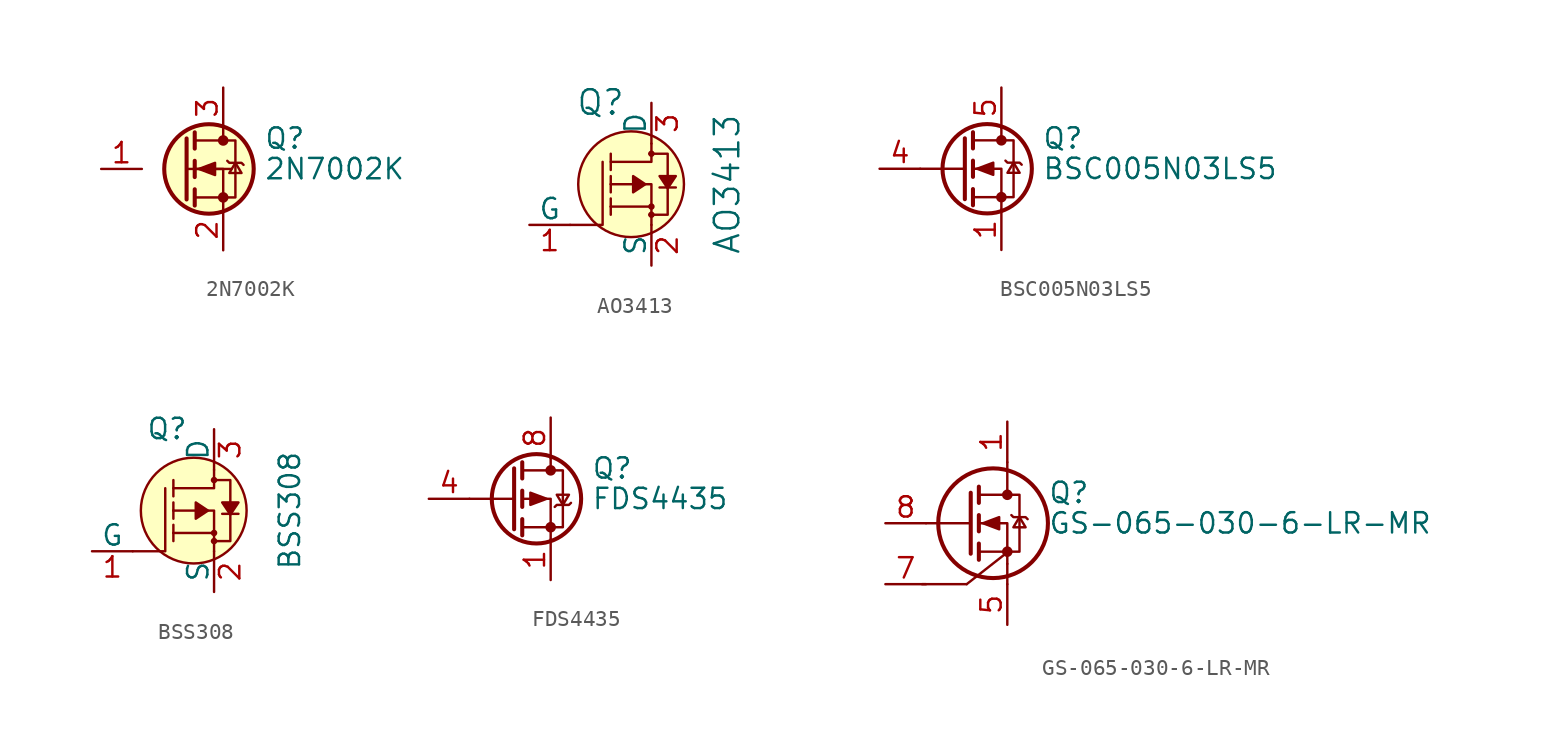
<source format=kicad_sym>
(kicad_symbol_lib
  (version 20231120)
  (generator "kicad_symbol_editor")
  (generator_version "8.0")
  (symbol "2N7002K"
    (pin_names hide)
    (property "Reference" "Q"
      (at 5.08 1.905 0)
      (effects (font (size 1.27 1.27)) (justify left)))
    (property "Value" "2N7002K"
      (at 5.08 0 0)
      (effects (font (size 1.27 1.27)) (justify left)))
    (symbol "2N7002K_0_1"
      (polyline (pts (xy 0.254 0) (xy 3.048 0)) (stroke (width 0) (type default)) (fill (type none)))
      (polyline (pts (xy 0.254 1.905) (xy 0.254 -1.905)) (stroke (width 0.254) (type default)) (fill (type none)))
      (polyline (pts (xy 0.762 -1.27) (xy 0.762 -2.286)) (stroke (width 0.254) (type default)) (fill (type none)))
      (polyline (pts (xy 0.762 0.508) (xy 0.762 -0.508)) (stroke (width 0.254) (type default)) (fill (type none)))
      (polyline (pts (xy 0.762 2.286) (xy 0.762 1.27)) (stroke (width 0.254) (type default)) (fill (type none)))
      (polyline (pts (xy 2.54 2.54) (xy 2.54 1.778)) (stroke (width 0) (type default)) (fill (type none)))
      (polyline (pts (xy 2.54 -2.54) (xy 2.54 0) (xy 0.762 0)) (stroke (width 0) (type default)) (fill (type none)))
      (polyline (pts (xy 0.762 -1.778) (xy 3.302 -1.778) (xy 3.302 1.778) (xy 0.762 1.778)) (stroke (width 0) (type default)) (fill (type none)))
      (polyline (pts (xy 1.016 0) (xy 2.032 0.381) (xy 2.032 -0.381) (xy 1.016 0)) (stroke (width 0) (type default)) (fill (type outline)))
      (polyline (pts (xy 2.794 0.508) (xy 2.921 0.381) (xy 3.683 0.381) (xy 3.81 0.254)) (stroke (width 0) (type default)) (fill (type none)))
      (polyline (pts (xy 3.302 0.381) (xy 2.921 -0.254) (xy 3.683 -0.254) (xy 3.302 0.381)) (stroke (width 0) (type default)) (fill (type none)))
      (circle (center 2.54 -1.778) (radius 0.254) (stroke (width 0) (type default)) (fill (type outline)))
      (circle (center 2.54 1.778) (radius 0.254) (stroke (width 0) (type default)) (fill (type outline))))
    (symbol "2N7002K_1_1"
      (circle (center 1.651 0) (radius 2.794) (stroke (width 0.254) (type default)) (fill (type background)))
      (pin input line (at -5.08 0 0) (length 2.54) (name "G" (effects (font (size 1.27 1.27)))) (number "1" (effects (font (size 1.27 1.27)))))
      (pin passive line (at 2.54 -5.08 90) (length 2.54) (name "S" (effects (font (size 1.27 1.27)))) (number "2" (effects (font (size 1.27 1.27)))))
      (pin passive line (at 2.54 5.08 270) (length 2.54) (name "D" (effects (font (size 1.27 1.27)))) (number "3" (effects (font (size 1.27 1.27)))))))
  (symbol "AO3413"
    (pin_names
      (offset 0))
    (property "Reference" "Q"
      (at -1.626 5.105 0)
      (effects (font (size 1.524 1.524)) (justify right)))
    (property "Value" "AO3413"
      (at 4.724 0 90)
      (effects (font (size 1.524 1.524))))
    (symbol "AO3413_0_1"
      (circle (center -1.27 0) (radius 3.302) (stroke (width 0) (type default)) (fill (type background)))
      (circle (center 0 -1.905) (radius 0.127) (stroke (width 0) (type default)) (fill (type none)))
      (circle (center 0 -1.397) (radius 0.127) (stroke (width 0) (type default)) (fill (type none)))
      (polyline (pts (xy 0 -1.397) (xy -2.54 -1.397)) (stroke (width 0) (type default)) (fill (type none)))
      (polyline (pts (xy -5.08 -2.54) (xy -3.048 -2.54) (xy -3.048 1.397)) (stroke (width 0) (type default)) (fill (type none)))
      (polyline (pts (xy 0 -2.54) (xy 0 0) (xy -2.54 0)) (stroke (width 0) (type default)) (fill (type none)))
      (polyline (pts (xy 0 2.54) (xy 0 1.397) (xy -2.54 1.397)) (stroke (width 0) (type default)) (fill (type none)))
      (polyline (pts (xy -0.127 -1.905) (xy 1.016 -1.905) (xy 1.016 1.397) (xy 1.016 1.905) (xy -0.127 1.905)) (stroke (width 0) (type default)) (fill (type none)))
      (circle (center 0 1.905) (radius 0.127) (stroke (width 0) (type default)) (fill (type none))))
    (symbol "AO3413_1_1"
      (polyline (pts (xy -2.54 -1.397) (xy -2.54 -1.905)) (stroke (width 0) (type default)) (fill (type none)))
      (polyline (pts (xy -2.54 -1.397) (xy -2.54 -0.889)) (stroke (width 0) (type default)) (fill (type none)))
      (polyline (pts (xy -2.54 0) (xy -2.54 -0.508)) (stroke (width 0) (type default)) (fill (type none)))
      (polyline (pts (xy -2.54 0) (xy -2.54 0.508)) (stroke (width 0) (type default)) (fill (type none)))
      (polyline (pts (xy -2.54 1.905) (xy -2.54 0.889)) (stroke (width 0) (type default)) (fill (type none)))
      (polyline (pts (xy 1.524 -0.203) (xy 0.508 -0.203)) (stroke (width 0) (type default)) (fill (type none)))
      (polyline (pts (xy -0.381 0) (xy -1.143 0.508) (xy -1.143 -0.508) (xy -0.381 0)) (stroke (width 0) (type default)) (fill (type outline)))
      (polyline (pts (xy 1.016 -0.254) (xy 1.524 0.508) (xy 0.508 0.508) (xy 1.016 -0.254)) (stroke (width 0) (type default)) (fill (type outline)))
      (pin bidirectional line (at -7.62 -2.54 0) (length 2.54) (name "G" (effects (font (size 1.27 1.27)))) (number "1" (effects (font (size 1.27 1.27)))))
      (pin bidirectional line (at 0 -5.08 90) (length 2.54) (name "S" (effects (font (size 1.27 1.27)))) (number "2" (effects (font (size 1.27 1.27)))))
      (pin bidirectional line (at 0 5.08 270) (length 2.54) (name "D" (effects (font (size 1.27 1.27)))) (number "3" (effects (font (size 1.27 1.27)))))))
  (symbol "BSC005N03LS5"
    (pin_names hide)
    (property "Reference" "Q"
      (at 5.08 1.905 0)
      (effects (font (size 1.27 1.27)) (justify left)))
    (property "Value" "BSC005N03LS5"
      (at 5.08 0 0)
      (effects (font (size 1.27 1.27)) (justify left)))
    (symbol "BSC005N03LS5_0_1"
      (polyline (pts (xy 0.254 0) (xy -2.54 0)) (stroke (width 0) (type default)) (fill (type none)))
      (polyline (pts (xy 0.254 1.905) (xy 0.254 -1.905)) (stroke (width 0.254) (type default)) (fill (type none)))
      (polyline (pts (xy 0.762 -1.27) (xy 0.762 -2.286)) (stroke (width 0.254) (type default)) (fill (type none)))
      (polyline (pts (xy 0.762 0.508) (xy 0.762 -0.508)) (stroke (width 0.254) (type default)) (fill (type none)))
      (polyline (pts (xy 0.762 2.286) (xy 0.762 1.27)) (stroke (width 0.254) (type default)) (fill (type none)))
      (polyline (pts (xy 2.54 2.54) (xy 2.54 1.778)) (stroke (width 0) (type default)) (fill (type none)))
      (polyline (pts (xy 2.54 -2.54) (xy 2.54 0) (xy 0.762 0)) (stroke (width 0) (type default)) (fill (type none)))
      (polyline (pts (xy 0.762 -1.778) (xy 3.302 -1.778) (xy 3.302 1.778) (xy 0.762 1.778)) (stroke (width 0) (type default)) (fill (type none)))
      (polyline (pts (xy 1.016 0) (xy 2.032 0.381) (xy 2.032 -0.381) (xy 1.016 0)) (stroke (width 0) (type default)) (fill (type outline)))
      (polyline (pts (xy 2.794 0.508) (xy 2.921 0.381) (xy 3.683 0.381) (xy 3.81 0.254)) (stroke (width 0) (type default)) (fill (type none)))
      (polyline (pts (xy 3.302 0.381) (xy 2.921 -0.254) (xy 3.683 -0.254) (xy 3.302 0.381)) (stroke (width 0) (type default)) (fill (type none)))
      (circle (center 1.651 0) (radius 2.794) (stroke (width 0.254) (type default)) (fill (type none)))
      (circle (center 2.54 -1.778) (radius 0.254) (stroke (width 0) (type default)) (fill (type outline)))
      (circle (center 2.54 1.778) (radius 0.254) (stroke (width 0) (type default)) (fill (type outline))))
    (symbol "BSC005N03LS5_1_1"
      (pin passive line (at 2.54 -5.08 90) (length 2.54) (name "S" (effects (font (size 1.27 1.27)))) (number "1" (effects (font (size 1.27 1.27)))))
      (pin passive line (at 2.54 -5.08 90) (length 2.54) hide (name "S" (effects (font (size 1.27 1.27)))) (number "2" (effects (font (size 1.27 1.27)))))
      (pin passive line (at 2.54 -5.08 90) (length 2.54) hide (name "S" (effects (font (size 1.27 1.27)))) (number "3" (effects (font (size 1.27 1.27)))))
      (pin passive line (at -5.08 0 0) (length 2.54) (name "G" (effects (font (size 1.27 1.27)))) (number "4" (effects (font (size 1.27 1.27)))))
      (pin passive line (at 2.54 5.08 270) (length 2.54) (name "D" (effects (font (size 1.27 1.27)))) (number "5" (effects (font (size 1.27 1.27)))))))
  (symbol "BSS308"
    (pin_names
      (offset 0))
    (property "Reference" "Q"
      (at -1.626 5.105 0)
      (effects (font (size 1.27 1.27)) (justify right)))
    (property "Value" "BSS308"
      (at 4.724 0 90)
      (effects (font (size 1.27 1.27))))
    (symbol "BSS308_0_1"
      (circle (center -1.27 0) (radius 3.302) (stroke (width 0) (type default)) (fill (type background)))
      (circle (center 0 -1.905) (radius 0.127) (stroke (width 0) (type default)) (fill (type none)))
      (circle (center 0 -1.397) (radius 0.127) (stroke (width 0) (type default)) (fill (type none)))
      (polyline (pts (xy 0 -1.397) (xy -2.54 -1.397)) (stroke (width 0) (type default)) (fill (type none)))
      (polyline (pts (xy -5.08 -2.54) (xy -3.048 -2.54) (xy -3.048 1.397)) (stroke (width 0) (type default)) (fill (type none)))
      (polyline (pts (xy 0 -2.54) (xy 0 0) (xy -2.54 0)) (stroke (width 0) (type default)) (fill (type none)))
      (polyline (pts (xy 0 2.54) (xy 0 1.397) (xy -2.54 1.397)) (stroke (width 0) (type default)) (fill (type none)))
      (polyline (pts (xy -0.127 -1.905) (xy 1.016 -1.905) (xy 1.016 1.397) (xy 1.016 1.905) (xy -0.127 1.905)) (stroke (width 0) (type default)) (fill (type none)))
      (circle (center 0 1.905) (radius 0.127) (stroke (width 0) (type default)) (fill (type none))))
    (symbol "BSS308_1_1"
      (polyline (pts (xy -2.54 -1.397) (xy -2.54 -1.905)) (stroke (width 0) (type default)) (fill (type none)))
      (polyline (pts (xy -2.54 -1.397) (xy -2.54 -0.889)) (stroke (width 0) (type default)) (fill (type none)))
      (polyline (pts (xy -2.54 0) (xy -2.54 -0.508)) (stroke (width 0) (type default)) (fill (type none)))
      (polyline (pts (xy -2.54 0) (xy -2.54 0.508)) (stroke (width 0) (type default)) (fill (type none)))
      (polyline (pts (xy -2.54 1.905) (xy -2.54 0.889)) (stroke (width 0) (type default)) (fill (type none)))
      (polyline (pts (xy 1.524 -0.203) (xy 0.508 -0.203)) (stroke (width 0) (type default)) (fill (type none)))
      (polyline (pts (xy -0.381 0) (xy -1.143 0.508) (xy -1.143 -0.508) (xy -0.381 0)) (stroke (width 0) (type default)) (fill (type outline)))
      (polyline (pts (xy 1.016 -0.254) (xy 1.524 0.508) (xy 0.508 0.508) (xy 1.016 -0.254)) (stroke (width 0) (type default)) (fill (type outline)))
      (pin bidirectional line (at -7.62 -2.54 0) (length 2.54) (name "G" (effects (font (size 1.27 1.27)))) (number "1" (effects (font (size 1.27 1.27)))))
      (pin bidirectional line (at 0 -5.08 90) (length 2.54) (name "S" (effects (font (size 1.27 1.27)))) (number "2" (effects (font (size 1.27 1.27)))))
      (pin bidirectional line (at 0 5.08 270) (length 2.54) (name "D" (effects (font (size 1.27 1.27)))) (number "3" (effects (font (size 1.27 1.27)))))))
  (symbol "FDS4435"
    (pin_names hide)
    (property "Reference" "Q"
      (at 5.08 1.905 0)
      (effects (font (size 1.27 1.27)) (justify left)))
    (property "Value" "FDS4435"
      (at 5.08 0 0)
      (effects (font (size 1.27 1.27)) (justify left)))
    (symbol "FDS4435_0_1"
      (polyline (pts (xy 0.254 0) (xy -2.54 0)) (stroke (width 0) (type default)) (fill (type none)))
      (polyline (pts (xy 0.254 1.905) (xy 0.254 -1.905)) (stroke (width 0.254) (type default)) (fill (type none)))
      (polyline (pts (xy 0.762 -1.27) (xy 0.762 -2.286)) (stroke (width 0.254) (type default)) (fill (type none)))
      (polyline (pts (xy 0.762 0.508) (xy 0.762 -0.508)) (stroke (width 0.254) (type default)) (fill (type none)))
      (polyline (pts (xy 0.762 2.286) (xy 0.762 1.27)) (stroke (width 0.254) (type default)) (fill (type none)))
      (polyline (pts (xy 2.54 2.54) (xy 2.54 1.778)) (stroke (width 0) (type default)) (fill (type none)))
      (polyline (pts (xy 2.54 -2.54) (xy 2.54 0) (xy 0.762 0)) (stroke (width 0) (type default)) (fill (type none)))
      (polyline (pts (xy 0.762 1.778) (xy 3.302 1.778) (xy 3.302 -1.778) (xy 0.762 -1.778)) (stroke (width 0) (type default)) (fill (type none)))
      (polyline (pts (xy 2.286 0) (xy 1.27 0.381) (xy 1.27 -0.381) (xy 2.286 0)) (stroke (width 0) (type default)) (fill (type outline)))
      (polyline (pts (xy 2.794 -0.508) (xy 2.921 -0.381) (xy 3.683 -0.381) (xy 3.81 -0.254)) (stroke (width 0) (type default)) (fill (type none)))
      (polyline (pts (xy 3.302 -0.381) (xy 2.921 0.254) (xy 3.683 0.254) (xy 3.302 -0.381)) (stroke (width 0) (type default)) (fill (type none)))
      (circle (center 1.651 0) (radius 2.794) (stroke (width 0.254) (type default)) (fill (type none)))
      (circle (center 2.54 -1.778) (radius 0.254) (stroke (width 0) (type default)) (fill (type outline)))
      (circle (center 2.54 1.778) (radius 0.254) (stroke (width 0) (type default)) (fill (type outline))))
    (symbol "FDS4435_1_1"
      (pin passive line (at 2.54 -5.08 90) (length 2.54) (name "S" (effects (font (size 1.27 1.27)))) (number "1" (effects (font (size 1.27 1.27)))))
      (pin passive line (at 2.54 -5.08 90) (length 2.54) hide (name "S" (effects (font (size 1.27 1.27)))) (number "2" (effects (font (size 1.27 1.27)))))
      (pin passive line (at 2.54 -5.08 90) (length 2.54) hide (name "S" (effects (font (size 1.27 1.27)))) (number "3" (effects (font (size 1.27 1.27)))))
      (pin passive line (at -5.08 0 0) (length 2.54) (name "G" (effects (font (size 1.27 1.27)))) (number "4" (effects (font (size 1.27 1.27)))))
      (pin passive line (at 2.54 5.08 270) (length 2.54) hide (name "D" (effects (font (size 1.27 1.27)))) (number "5" (effects (font (size 1.27 1.27)))))
      (pin passive line (at 2.54 5.08 270) (length 2.54) hide (name "D" (effects (font (size 1.27 1.27)))) (number "6" (effects (font (size 1.27 1.27)))))
      (pin passive line (at 2.54 5.08 270) (length 2.54) hide (name "D" (effects (font (size 1.27 1.27)))) (number "7" (effects (font (size 1.27 1.27)))))
      (pin passive line (at 2.54 5.08 270) (length 2.54) (name "D" (effects (font (size 1.27 1.27)))) (number "8" (effects (font (size 1.27 1.27)))))))
  (symbol "GS-065-030-6-LR-MR"
    (pin_names hide)
    (property "Reference" "Q"
      (at 5.08 1.905 0)
      (effects (font (size 1.27 1.27)) (justify left)))
    (property "Value" "GS-065-030-6-LR-MR"
      (at 5.08 0 0)
      (effects (font (size 1.27 1.27)) (justify left)))
    (symbol "GS-065-030-6-LR-MR_0_0"
      (pin passive line (at 2.54 6.35 270) (length 2.54) (name "D" (effects (font (size 1.27 1.27)))) (number "1" (effects (font (size 1.27 1.27)))))
      (pin passive line (at 2.54 6.35 270) (length 2.54) hide (name "D" (effects (font (size 1.27 1.27)))) (number "2" (effects (font (size 1.27 1.27)))))
      (pin passive line (at 2.54 6.35 270) (length 2.54) hide (name "D" (effects (font (size 1.27 1.27)))) (number "3" (effects (font (size 1.27 1.27)))))
      (pin passive line (at 2.54 6.35 270) (length 2.54) hide (name "D" (effects (font (size 1.27 1.27)))) (number "4" (effects (font (size 1.27 1.27)))))
      (pin passive line (at -5.08 0 0) (length 2.54) (name "G" (effects (font (size 1.27 1.27)))) (number "8" (effects (font (size 1.27 1.27))))))
    (symbol "GS-065-030-6-LR-MR_0_1"
      (polyline (pts (xy 0 -3.81) (xy -2.794 -3.81)) (stroke (width 0) (type default)) (fill (type none)))
      (polyline (pts (xy 0 -3.81) (xy 2.547 -1.814)) (stroke (width 0) (type default)) (fill (type none)))
      (polyline (pts (xy 0.254 0) (xy -2.54 0)) (stroke (width 0) (type default)) (fill (type none)))
      (polyline (pts (xy 0.254 1.905) (xy 0.254 -1.905)) (stroke (width 0.254) (type default)) (fill (type none)))
      (polyline (pts (xy 0.762 -1.27) (xy 0.762 -2.286)) (stroke (width 0.254) (type default)) (fill (type none)))
      (polyline (pts (xy 0.762 0.508) (xy 0.762 -0.508)) (stroke (width 0.254) (type default)) (fill (type none)))
      (polyline (pts (xy 0.762 2.286) (xy 0.762 1.27)) (stroke (width 0.254) (type default)) (fill (type none)))
      (polyline (pts (xy 2.54 -3.81) (xy 2.54 -2.54)) (stroke (width 0) (type default)) (fill (type none)))
      (polyline (pts (xy 2.54 3.81) (xy 2.54 1.778)) (stroke (width 0) (type default)) (fill (type none)))
      (polyline (pts (xy 2.54 -2.54) (xy 2.54 0) (xy 0.762 0)) (stroke (width 0) (type default)) (fill (type none)))
      (polyline (pts (xy 0.762 -1.778) (xy 3.302 -1.778) (xy 3.302 1.778) (xy 0.762 1.778)) (stroke (width 0) (type default)) (fill (type none)))
      (polyline (pts (xy 1.016 0) (xy 2.032 0.381) (xy 2.032 -0.381) (xy 1.016 0)) (stroke (width 0) (type default)) (fill (type outline)))
      (polyline (pts (xy 2.794 0.508) (xy 2.921 0.381) (xy 3.683 0.381) (xy 3.81 0.254)) (stroke (width 0) (type default)) (fill (type none)))
      (polyline (pts (xy 3.302 0.381) (xy 2.921 -0.254) (xy 3.683 -0.254) (xy 3.302 0.381)) (stroke (width 0) (type default)) (fill (type none)))
      (circle (center 1.651 0) (radius 3.429) (stroke (width 0.254) (type default)) (fill (type none)))
      (circle (center 2.54 -1.778) (radius 0.254) (stroke (width 0) (type default)) (fill (type outline)))
      (circle (center 2.54 1.778) (radius 0.254) (stroke (width 0) (type default)) (fill (type outline))))
    (symbol "GS-065-030-6-LR-MR_1_1"
      (pin passive line (at 2.54 -6.35 90) (length 2.54) (name "S" (effects (font (size 1.27 1.27)))) (number "5" (effects (font (size 1.27 1.27)))))
      (pin passive line (at 2.54 -6.35 90) (length 2.54) hide (name "S" (effects (font (size 1.27 1.27)))) (number "6" (effects (font (size 1.27 1.27)))))
      (pin passive line (at -5.08 -3.81 0) (length 2.54) (name "SS" (effects (font (size 1.27 1.27)))) (number "7" (effects (font (size 1.27 1.27)))))
      (pin passive line (at 2.54 -6.35 90) (length 2.54) hide (name "S" (effects (font (size 1.27 1.27)))) (number "9" (effects (font (size 1.27 1.27))))))))
</source>
